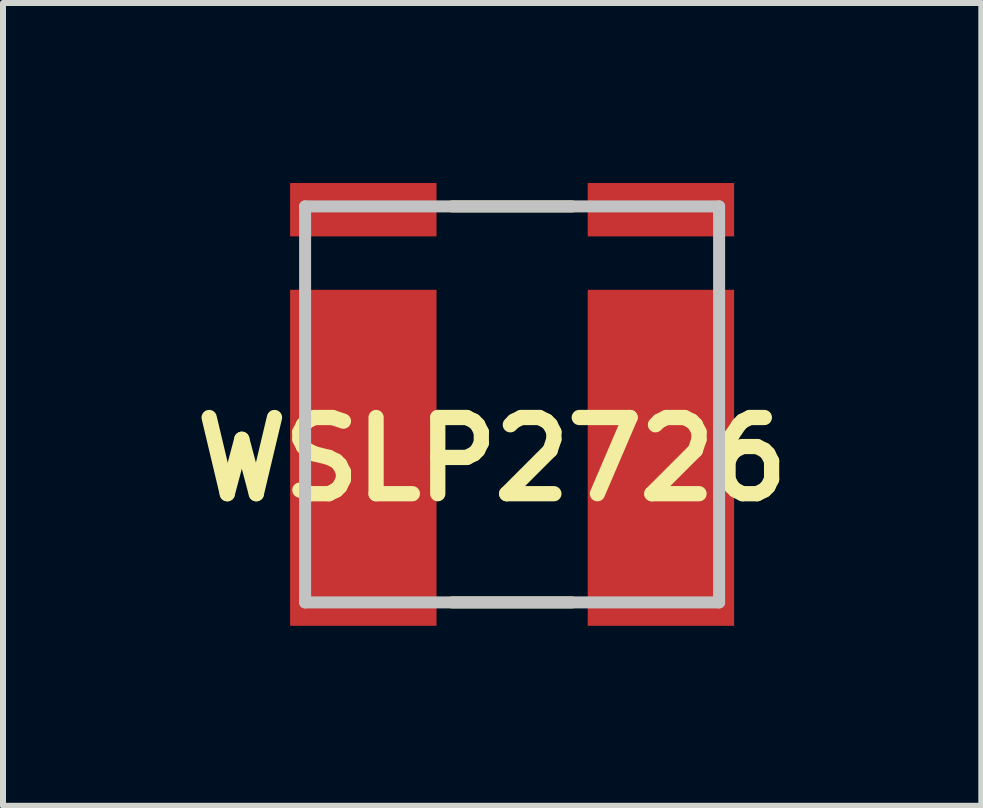
<source format=kicad_pcb>
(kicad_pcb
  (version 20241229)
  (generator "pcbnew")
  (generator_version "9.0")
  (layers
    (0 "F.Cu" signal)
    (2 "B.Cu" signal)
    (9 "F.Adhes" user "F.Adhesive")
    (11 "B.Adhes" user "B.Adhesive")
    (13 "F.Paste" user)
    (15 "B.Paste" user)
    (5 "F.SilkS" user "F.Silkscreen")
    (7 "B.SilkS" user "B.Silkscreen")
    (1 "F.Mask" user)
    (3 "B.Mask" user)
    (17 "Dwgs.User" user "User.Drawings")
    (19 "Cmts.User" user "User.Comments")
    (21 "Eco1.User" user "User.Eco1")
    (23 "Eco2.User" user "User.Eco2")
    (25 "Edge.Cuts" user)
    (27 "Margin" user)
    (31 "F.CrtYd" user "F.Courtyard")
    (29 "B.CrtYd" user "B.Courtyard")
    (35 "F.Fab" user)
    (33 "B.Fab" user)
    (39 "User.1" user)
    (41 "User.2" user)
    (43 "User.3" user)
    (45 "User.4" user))
  (footprint "WSLP2726"
    (layer "F.Cu")
    (at 5.485 3.69)
    (property "Reference" "WSLP2726" (at -0.332 0.914 0) (layer "F.SilkS") (effects (font (size 1.27 1.27) (thickness 0.254))))
    (attr smd)
    (fp_line (start -1 -3.3) (end 1 -3.3) (stroke (width 0.2) (type solid)) (layer "F.SilkS"))
    (fp_line (start -1 3.3) (end 1 3.3) (stroke (width 0.2) (type solid)) (layer "F.SilkS"))
    (fp_line (start -3.45 -3.3) (end 3.45 -3.3) (stroke (width 0.2) (type solid)) (layer "Dwgs.User"))
    (fp_line (start -3.45 3.3) (end -3.45 -3.3) (stroke (width 0.2) (type solid)) (layer "Dwgs.User"))
    (fp_line (start 3.45 -3.3) (end 3.45 3.3) (stroke (width 0.2) (type solid)) (layer "Dwgs.User"))
    (fp_line (start 3.45 3.3) (end -3.45 3.3) (stroke (width 0.2) (type solid)) (layer "Dwgs.User"))
    (pad "1" smd rect (at -2.48 0.89) (size 2.44 5.6) (layers "F.Cu" "F.Mask" "F.Paste"))
    (pad "2" smd rect (at -2.48 -3.245 90) (size 0.89 2.44) (layers "F.Cu" "F.Mask" "F.Paste"))
    (pad "3" smd rect (at 2.48 0.89) (size 2.44 5.6) (layers "F.Cu" "F.Mask" "F.Paste"))
    (pad "4" smd rect (at 2.48 -3.245 90) (size 0.89 2.44) (layers "F.Cu" "F.Mask" "F.Paste")))
  (gr_rect
    (start -3 -3)
    (end 13.305 10.38)
    (stroke (width 0.1) (type default))
    (fill no)
    (layer "Edge.Cuts")))
</source>
